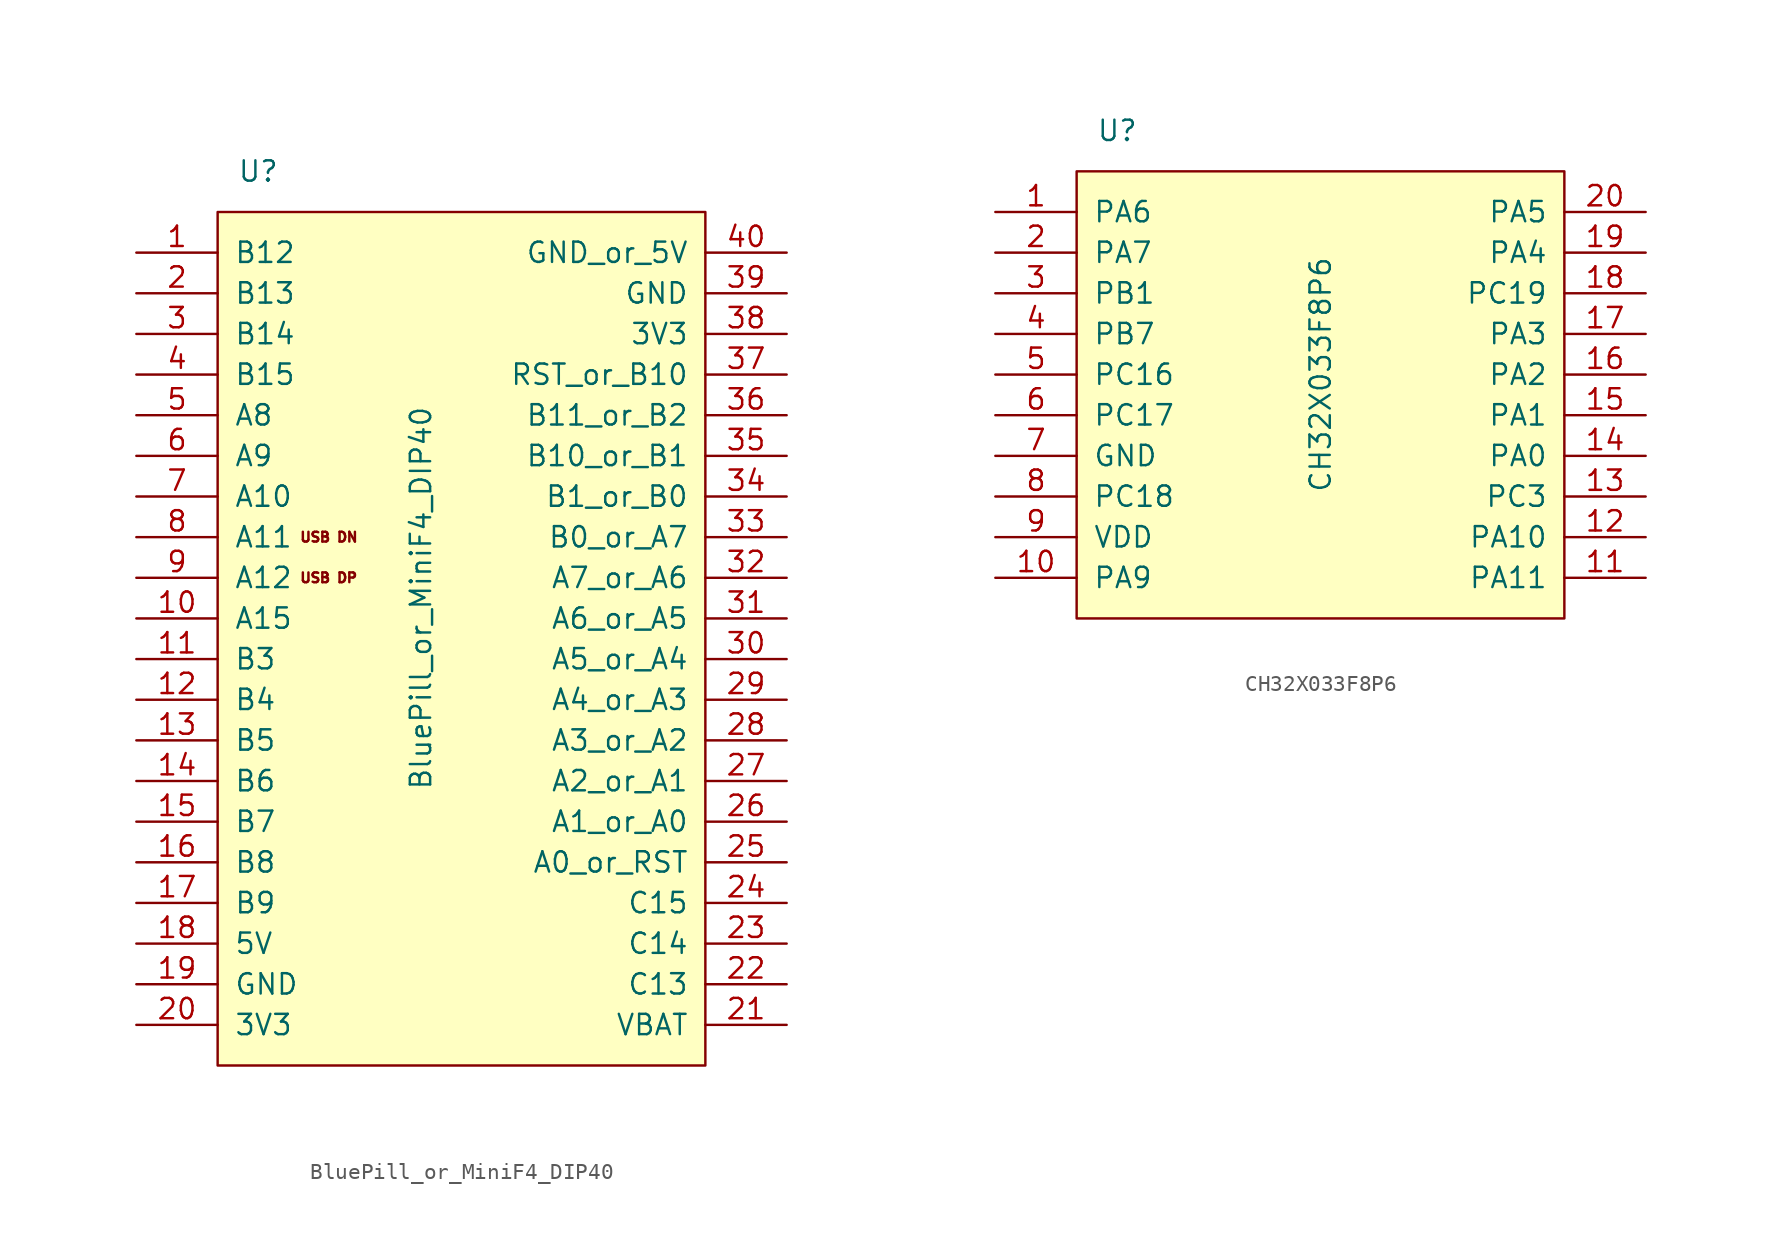
<source format=kicad_sym>
(kicad_symbol_lib
  (version 20241209)
  (generator "kicad_symbol_editor")
  (generator_version "9.0")
  (symbol "BluePill_or_MiniF4_DIP40"
    (pin_names
      (offset 1.016))
    (property "Reference" "U"
      (at -12.7 27.94 0)
      (effects (font (size 1.27 1.27))))
    (property "Value" "BluePill_or_MiniF4_DIP40"
      (at -2.54 1.27 90)
      (effects (font (size 1.27 1.27))))
    (symbol "BluePill_or_MiniF4_DIP40_0_0"
      (text "USB DN" (at -10.16 5.08 0) (effects (font (size 0.61 0.61)) (justify left)))
      (text "USB DP" (at -10.16 2.54 0) (effects (font (size 0.61 0.61)) (justify left))))
    (symbol "BluePill_or_MiniF4_DIP40_0_1"
      (rectangle (start -15.24 25.4) (end 15.24 -27.94) (stroke (width 0) (type solid)) (fill (type background))))
    (symbol "BluePill_or_MiniF4_DIP40_1_1"
      (pin bidirectional line (at -20.32 22.86 0) (length 5.08) (name "B12" (effects (font (size 1.27 1.27)))) (number "1" (effects (font (size 1.27 1.27)))))
      (pin bidirectional line (at -20.32 20.32 0) (length 5.08) (name "B13" (effects (font (size 1.27 1.27)))) (number "2" (effects (font (size 1.27 1.27)))))
      (pin bidirectional line (at -20.32 17.78 0) (length 5.08) (name "B14" (effects (font (size 1.27 1.27)))) (number "3" (effects (font (size 1.27 1.27)))))
      (pin bidirectional line (at -20.32 15.24 0) (length 5.08) (name "B15" (effects (font (size 1.27 1.27)))) (number "4" (effects (font (size 1.27 1.27)))))
      (pin bidirectional line (at -20.32 12.7 0) (length 5.08) (name "A8" (effects (font (size 1.27 1.27)))) (number "5" (effects (font (size 1.27 1.27)))))
      (pin bidirectional line (at -20.32 10.16 0) (length 5.08) (name "A9" (effects (font (size 1.27 1.27)))) (number "6" (effects (font (size 1.27 1.27)))))
      (pin bidirectional line (at -20.32 7.62 0) (length 5.08) (name "A10" (effects (font (size 1.27 1.27)))) (number "7" (effects (font (size 1.27 1.27)))))
      (pin bidirectional line (at -20.32 5.08 0) (length 5.08) (name "A11" (effects (font (size 1.27 1.27)))) (number "8" (effects (font (size 1.27 1.27)))))
      (pin bidirectional line (at -20.32 2.54 0) (length 5.08) (name "A12" (effects (font (size 1.27 1.27)))) (number "9" (effects (font (size 1.27 1.27)))))
      (pin bidirectional line (at -20.32 0 0) (length 5.08) (name "A15" (effects (font (size 1.27 1.27)))) (number "10" (effects (font (size 1.27 1.27)))))
      (pin bidirectional line (at -20.32 -2.54 0) (length 5.08) (name "B3" (effects (font (size 1.27 1.27)))) (number "11" (effects (font (size 1.27 1.27)))))
      (pin bidirectional line (at -20.32 -5.08 0) (length 5.08) (name "B4" (effects (font (size 1.27 1.27)))) (number "12" (effects (font (size 1.27 1.27)))))
      (pin bidirectional line (at -20.32 -7.62 0) (length 5.08) (name "B5" (effects (font (size 1.27 1.27)))) (number "13" (effects (font (size 1.27 1.27)))))
      (pin bidirectional line (at -20.32 -10.16 0) (length 5.08) (name "B6" (effects (font (size 1.27 1.27)))) (number "14" (effects (font (size 1.27 1.27)))))
      (pin bidirectional line (at -20.32 -12.7 0) (length 5.08) (name "B7" (effects (font (size 1.27 1.27)))) (number "15" (effects (font (size 1.27 1.27)))))
      (pin bidirectional line (at -20.32 -15.24 0) (length 5.08) (name "B8" (effects (font (size 1.27 1.27)))) (number "16" (effects (font (size 1.27 1.27)))))
      (pin bidirectional line (at -20.32 -17.78 0) (length 5.08) (name "B9" (effects (font (size 1.27 1.27)))) (number "17" (effects (font (size 1.27 1.27)))))
      (pin power_out line (at -20.32 -20.32 0) (length 5.08) (name "5V" (effects (font (size 1.27 1.27)))) (number "18" (effects (font (size 1.27 1.27)))))
      (pin power_out line (at -20.32 -22.86 0) (length 5.08) (name "GND" (effects (font (size 1.27 1.27)))) (number "19" (effects (font (size 1.27 1.27)))))
      (pin power_out line (at -20.32 -25.4 0) (length 5.08) (name "3V3" (effects (font (size 1.27 1.27)))) (number "20" (effects (font (size 1.27 1.27)))))
      (pin power_out line (at 20.32 22.86 180) (length 5.08) (name "GND_or_5V" (effects (font (size 1.27 1.27)))) (number "40" (effects (font (size 1.27 1.27)))))
      (pin power_out line (at 20.32 20.32 180) (length 5.08) (name "GND" (effects (font (size 1.27 1.27)))) (number "39" (effects (font (size 1.27 1.27)))))
      (pin power_out line (at 20.32 17.78 180) (length 5.08) (name "3V3" (effects (font (size 1.27 1.27)))) (number "38" (effects (font (size 1.27 1.27)))))
      (pin bidirectional line (at 20.32 15.24 180) (length 5.08) (name "RST_or_B10" (effects (font (size 1.27 1.27)))) (number "37" (effects (font (size 1.27 1.27)))))
      (pin bidirectional line (at 20.32 12.7 180) (length 5.08) (name "B11_or_B2" (effects (font (size 1.27 1.27)))) (number "36" (effects (font (size 1.27 1.27)))))
      (pin bidirectional line (at 20.32 10.16 180) (length 5.08) (name "B10_or_B1" (effects (font (size 1.27 1.27)))) (number "35" (effects (font (size 1.27 1.27)))))
      (pin bidirectional line (at 20.32 7.62 180) (length 5.08) (name "B1_or_B0" (effects (font (size 1.27 1.27)))) (number "34" (effects (font (size 1.27 1.27)))))
      (pin bidirectional line (at 20.32 5.08 180) (length 5.08) (name "B0_or_A7" (effects (font (size 1.27 1.27)))) (number "33" (effects (font (size 1.27 1.27)))))
      (pin bidirectional line (at 20.32 2.54 180) (length 5.08) (name "A7_or_A6" (effects (font (size 1.27 1.27)))) (number "32" (effects (font (size 1.27 1.27)))))
      (pin bidirectional line (at 20.32 0 180) (length 5.08) (name "A6_or_A5" (effects (font (size 1.27 1.27)))) (number "31" (effects (font (size 1.27 1.27)))))
      (pin bidirectional line (at 20.32 -2.54 180) (length 5.08) (name "A5_or_A4" (effects (font (size 1.27 1.27)))) (number "30" (effects (font (size 1.27 1.27)))))
      (pin bidirectional line (at 20.32 -5.08 180) (length 5.08) (name "A4_or_A3" (effects (font (size 1.27 1.27)))) (number "29" (effects (font (size 1.27 1.27)))))
      (pin bidirectional line (at 20.32 -7.62 180) (length 5.08) (name "A3_or_A2" (effects (font (size 1.27 1.27)))) (number "28" (effects (font (size 1.27 1.27)))))
      (pin bidirectional line (at 20.32 -10.16 180) (length 5.08) (name "A2_or_A1" (effects (font (size 1.27 1.27)))) (number "27" (effects (font (size 1.27 1.27)))))
      (pin bidirectional line (at 20.32 -12.7 180) (length 5.08) (name "A1_or_A0" (effects (font (size 1.27 1.27)))) (number "26" (effects (font (size 1.27 1.27)))))
      (pin input line (at 20.32 -15.24 180) (length 5.08) (name "A0_or_RST" (effects (font (size 1.27 1.27)))) (number "25" (effects (font (size 1.27 1.27)))))
      (pin bidirectional line (at 20.32 -17.78 180) (length 5.08) (name "C15" (effects (font (size 1.27 1.27)))) (number "24" (effects (font (size 1.27 1.27)))))
      (pin bidirectional line (at 20.32 -20.32 180) (length 5.08) (name "C14" (effects (font (size 1.27 1.27)))) (number "23" (effects (font (size 1.27 1.27)))))
      (pin bidirectional line (at 20.32 -22.86 180) (length 5.08) (name "C13" (effects (font (size 1.27 1.27)))) (number "22" (effects (font (size 1.27 1.27)))))
      (pin power_out line (at 20.32 -25.4 180) (length 5.08) (name "VBAT" (effects (font (size 1.27 1.27)))) (number "21" (effects (font (size 1.27 1.27)))))))
  (symbol "CH32X033F8P6"
    (pin_names
      (offset 1.016))
    (property "Reference" "U"
      (at -12.7 27.94 0)
      (effects (font (size 1.27 1.27))))
    (property "Value" "CH32X033F8P6"
      (at 0 12.7 90)
      (effects (font (size 1.27 1.27))))
    (symbol "CH32X033F8P6_0_1"
      (rectangle (start -15.24 25.4) (end 15.24 -2.54) (stroke (width 0) (type solid)) (fill (type background))))
    (symbol "CH32X033F8P6_1_1"
      (pin bidirectional line (at -20.32 22.86 0) (length 5.08) (name "PA6" (effects (font (size 1.27 1.27)))) (number "1" (effects (font (size 1.27 1.27)))) (alternate "A6" bidirectional line) (alternate "MISO" bidirectional line) (alternate "O1N0" bidirectional line) (alternate "T1BK_" bidirectional line) (alternate "T3C1" bidirectional line))
      (pin input line (at -20.32 20.32 0) (length 5.08) (name "PA7" (effects (font (size 1.27 1.27)))) (number "2" (effects (font (size 1.27 1.27)))) (alternate "A8" bidirectional line) (alternate "MOSI" bidirectional line) (alternate "O1P0" bidirectional line) (alternate "O2P0" bidirectional line) (alternate "PB0" bidirectional line) (alternate "T1C1N_" bidirectional line) (alternate "T1C2N_" bidirectional line) (alternate "T3C2" bidirectional line) (alternate "TX4" bidirectional line))
      (pin input line (at -20.32 17.78 0) (length 5.08) (name "PB1" (effects (font (size 1.27 1.27)))) (number "3" (effects (font (size 1.27 1.27)))) (alternate "A9" bidirectional line) (alternate "O2N1" bidirectional line) (alternate "RX4" bidirectional line) (alternate "T1C3N_" bidirectional line))
      (pin bidirectional line (at -20.32 15.24 0) (length 5.08) (name "PB7" (effects (font (size 1.27 1.27)))) (number "4" (effects (font (size 1.27 1.27)))) (alternate "O2P2" bidirectional line) (alternate "RST" bidirectional line) (alternate "T1C2N" bidirectional line))
      (pin input line (at -20.32 12.7 0) (length 5.08) (name "PC16" (effects (font (size 1.27 1.27)))) (number "5" (effects (font (size 1.27 1.27)))) (alternate "I2C_" bidirectional line) (alternate "PC11" bidirectional line) (alternate "RX4_5" bidirectional line) (alternate "T1C4" bidirectional line) (alternate "TX4_2" bidirectional line) (alternate "UDM" bidirectional line))
      (pin input line (at -20.32 10.16 0) (length 5.08) (name "PC17" (effects (font (size 1.27 1.27)))) (number "6" (effects (font (size 1.27 1.27)))) (alternate "I2C_" bidirectional line) (alternate "PC10" bidirectional line) (alternate "RX4_2" bidirectional line) (alternate "T1ET" bidirectional line) (alternate "TX4_5" bidirectional line) (alternate "UDP" bidirectional line))
      (pin input line (at -20.32 7.62 0) (length 5.08) (name "GND" (effects (font (size 1.27 1.27)))) (number "7" (effects (font (size 1.27 1.27)))))
      (pin bidirectional line (at -20.32 5.08 0) (length 5.08) (name "PC18" (effects (font (size 1.27 1.27)))) (number "8" (effects (font (size 1.27 1.27)))) (alternate "DIO" bidirectional line) (alternate "I2C_" bidirectional line) (alternate "T1ET_" bidirectional line) (alternate "T2C1N_" bidirectional line) (alternate "T3C2_" bidirectional line) (alternate "TX3_" bidirectional line))
      (pin input line (at -20.32 2.54 0) (length 5.08) (name "VDD" (effects (font (size 1.27 1.27)))) (number "9" (effects (font (size 1.27 1.27)))))
      (pin bidirectional line (at -20.32 0 0) (length 5.08) (name "PA9" (effects (font (size 1.27 1.27)))) (number "10" (effects (font (size 1.27 1.27)))) (alternate "MISO_" bidirectional line) (alternate "RX4_1" bidirectional line) (alternate "T2BK_" bidirectional line))
      (pin bidirectional line (at 20.32 22.86 180) (length 5.08) (name "PA5" (effects (font (size 1.27 1.27)))) (number "20" (effects (font (size 1.27 1.27)))) (alternate "A5" power_out line) (alternate "O2N0" power_out line) (alternate "SCK" power_out line) (alternate "TX4_1" power_out line))
      (pin bidirectional line (at 20.32 20.32 180) (length 5.08) (name "PA4" (effects (font (size 1.27 1.27)))) (number "19" (effects (font (size 1.27 1.27)))) (alternate "A4" power_out line) (alternate "CS" power_out line) (alternate "O2O0" power_out line) (alternate "T3C2_" power_out line))
      (pin bidirectional line (at 20.32 17.78 180) (length 5.08) (name "PC19" (effects (font (size 1.27 1.27)))) (number "18" (effects (font (size 1.27 1.27)))) (alternate "C1P0" power_out line) (alternate "DCK" power_out line) (alternate "I2C_" power_out line) (alternate "RX3_" power_out line) (alternate "T2C1_" power_out line) (alternate "T3C1_" power_out line))
      (pin bidirectional line (at 20.32 15.24 180) (length 5.08) (name "PA3" (effects (font (size 1.27 1.27)))) (number "17" (effects (font (size 1.27 1.27)))) (alternate "A3" bidirectional line) (alternate "O1O0" bidirectional line) (alternate "RX2" bidirectional line) (alternate "T2C4" bidirectional line) (alternate "T3C1_" bidirectional line))
      (pin bidirectional line (at 20.32 12.7 180) (length 5.08) (name "PA2" (effects (font (size 1.27 1.27)))) (number "16" (effects (font (size 1.27 1.27)))) (alternate "A2" bidirectional line) (alternate "O2O1" bidirectional line) (alternate "T2C3" bidirectional line) (alternate "T2ET_" bidirectional line) (alternate "TX2" bidirectional line))
      (pin bidirectional line (at 20.32 10.16 180) (length 5.08) (name "PA1" (effects (font (size 1.27 1.27)))) (number "15" (effects (font (size 1.27 1.27)))) (alternate "A1" bidirectional line) (alternate "C1O" bidirectional line) (alternate "O1N2" bidirectional line) (alternate "O2N2" bidirectional line) (alternate "T2C2" bidirectional line))
      (pin bidirectional line (at 20.32 7.62 180) (length 5.08) (name "PA0" (effects (font (size 1.27 1.27)))) (number "14" (effects (font (size 1.27 1.27)))) (alternate "A0" bidirectional line) (alternate "C1P1" bidirectional line) (alternate "T2C1" bidirectional line))
      (pin bidirectional line (at 20.32 5.08 180) (length 5.08) (name "PC3" (effects (font (size 1.27 1.27)))) (number "13" (effects (font (size 1.27 1.27)))) (alternate "A13" bidirectional line) (alternate "C1N0" bidirectional line) (alternate "C2N1" bidirectional line) (alternate "T1C4_" bidirectional line) (alternate "T2C1N_" bidirectional line))
      (pin bidirectional line (at 20.32 2.54 180) (length 5.08) (name "PA10" (effects (font (size 1.27 1.27)))) (number "12" (effects (font (size 1.27 1.27)))) (alternate "MOSI_" bidirectional line) (alternate "SCL" bidirectional line) (alternate "TX1_" bidirectional line))
      (pin bidirectional line (at 20.32 0 180) (length 5.08) (name "PA11" (effects (font (size 1.27 1.27)))) (number "11" (effects (font (size 1.27 1.27)))) (alternate "C2P1" bidirectional line) (alternate "RX1_" bidirectional line) (alternate "SCK_" bidirectional line) (alternate "SDA" bidirectional line)))))
</source>
